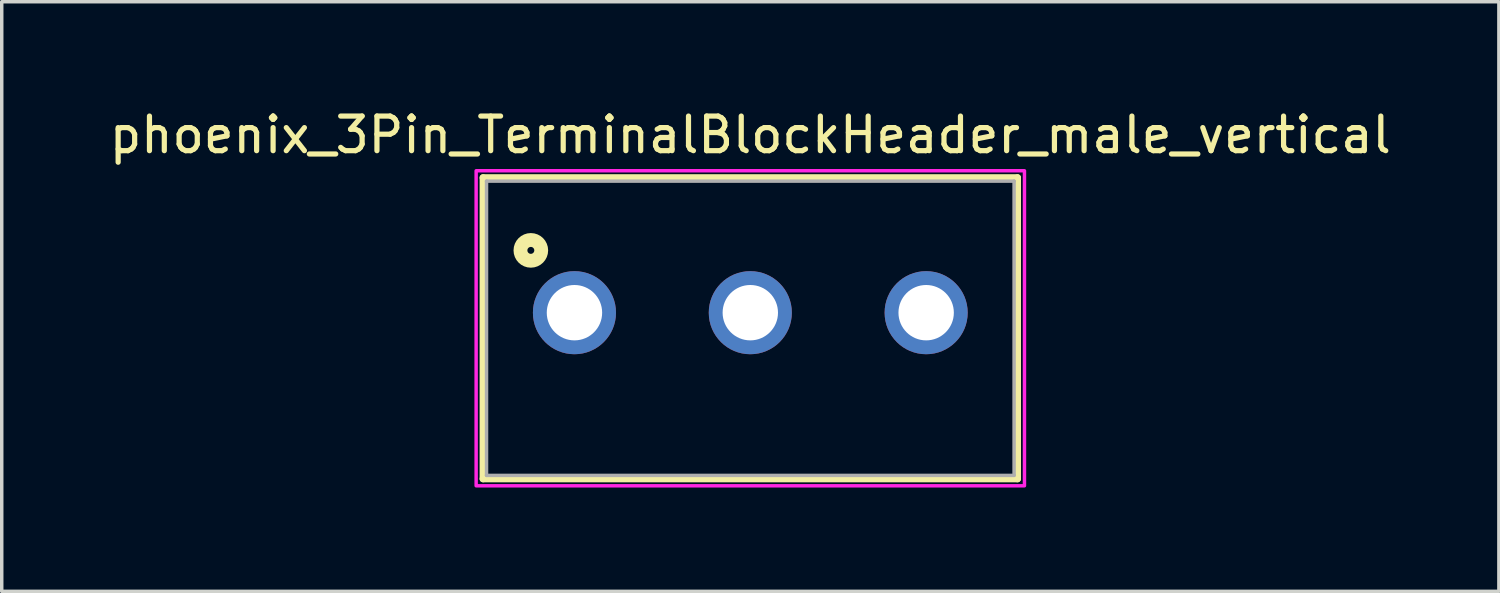
<source format=kicad_pcb>
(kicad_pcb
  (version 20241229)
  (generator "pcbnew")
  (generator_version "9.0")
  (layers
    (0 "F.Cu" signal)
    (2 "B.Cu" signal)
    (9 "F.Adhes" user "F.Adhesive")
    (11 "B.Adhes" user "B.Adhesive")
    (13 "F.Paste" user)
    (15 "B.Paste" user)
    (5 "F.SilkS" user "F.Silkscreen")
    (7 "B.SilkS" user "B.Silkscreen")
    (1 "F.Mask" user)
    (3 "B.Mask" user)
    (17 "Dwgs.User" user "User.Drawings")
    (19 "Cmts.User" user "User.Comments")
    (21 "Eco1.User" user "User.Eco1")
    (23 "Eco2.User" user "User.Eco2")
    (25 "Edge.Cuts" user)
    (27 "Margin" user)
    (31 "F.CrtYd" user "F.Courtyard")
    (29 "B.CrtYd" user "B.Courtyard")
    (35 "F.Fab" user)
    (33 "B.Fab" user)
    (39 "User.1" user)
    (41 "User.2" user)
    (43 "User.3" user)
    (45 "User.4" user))
  (footprint "phoenix_3Pin_TerminalBlockHeader_male_vertical"
    (layer "F.Cu")
    (at 18.625 5.983)
    (property "Reference" "phoenix_3Pin_TerminalBlockHeader_male_vertical" (at 0 -5.135 0) (layer "F.SilkS") (effects (font (size 1 1) (thickness 0.15))))
    (attr through_hole)
    (fp_line (start -7.72 -3.9) (end 7.72 -3.9) (stroke (width 0.2) (type solid)) (layer "F.SilkS"))
    (fp_line (start -7.72 4.8) (end -7.72 -3.9) (stroke (width 0.2) (type solid)) (layer "F.SilkS"))
    (fp_line (start 7.72 -3.9) (end 7.72 4.8) (stroke (width 0.2) (type solid)) (layer "F.SilkS"))
    (fp_line (start 7.72 4.8) (end -7.72 4.8) (stroke (width 0.2) (type solid)) (layer "F.SilkS"))
    (fp_circle (center -6.34 -1.8) (end -6.24 -1.8) (stroke (width 0.4) (type solid)) (fill no) (layer "F.SilkS"))
    (fp_poly (pts (xy 7.92 -4.1) (xy 7.92 5) (xy -7.92 5) (xy -7.92 -4.1)) (stroke (width 0.1) (type solid)) (fill no) (layer "F.CrtYd"))
    (fp_line (start -7.62 -3.8) (end -7.62 4.7) (stroke (width 0.1) (type solid)) (layer "F.Fab"))
    (fp_line (start -7.62 4.7) (end 7.62 4.7) (stroke (width 0.1) (type solid)) (layer "F.Fab"))
    (fp_line (start 7.62 -3.8) (end -7.62 -3.8) (stroke (width 0.1) (type solid)) (layer "F.Fab"))
    (fp_line (start 7.62 4.7) (end 7.62 -3.8) (stroke (width 0.1) (type solid)) (layer "F.Fab"))
    (pad "1" thru_hole circle (at -5.08 0) (size 2.4 2.4) (drill 1.6) (layers "*.Cu" "*.Mask"))
    (pad "2" thru_hole circle (at 0 0) (size 2.4 2.4) (drill 1.6) (layers "*.Cu" "*.Mask"))
    (pad "3" thru_hole circle (at 5.08 0) (size 2.4 2.4) (drill 1.6) (layers "*.Cu" "*.Mask")))
  (gr_rect
    (start -3 -3)
    (end 40.25 14.033)
    (stroke (width 0.1) (type default))
    (fill no)
    (layer "Edge.Cuts")))
</source>
